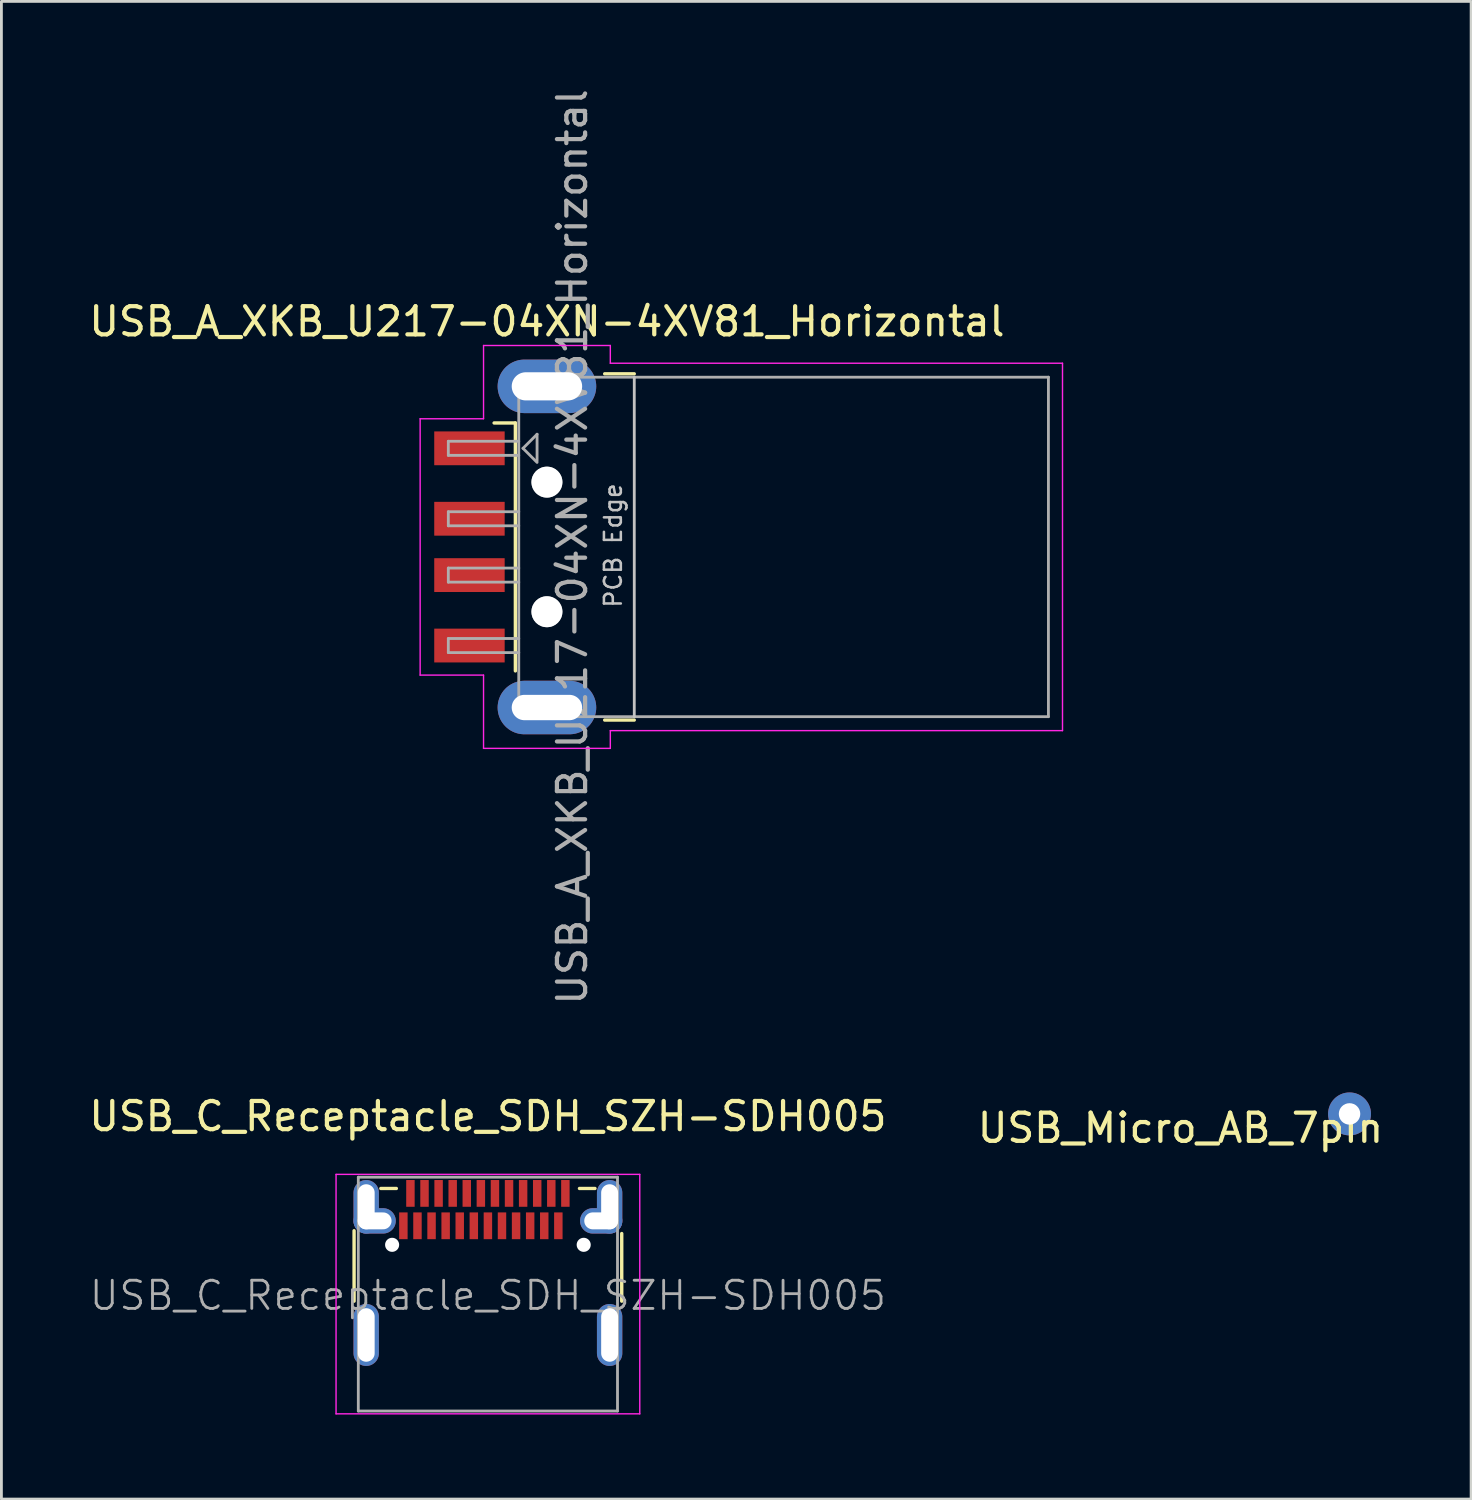
<source format=kicad_pcb>
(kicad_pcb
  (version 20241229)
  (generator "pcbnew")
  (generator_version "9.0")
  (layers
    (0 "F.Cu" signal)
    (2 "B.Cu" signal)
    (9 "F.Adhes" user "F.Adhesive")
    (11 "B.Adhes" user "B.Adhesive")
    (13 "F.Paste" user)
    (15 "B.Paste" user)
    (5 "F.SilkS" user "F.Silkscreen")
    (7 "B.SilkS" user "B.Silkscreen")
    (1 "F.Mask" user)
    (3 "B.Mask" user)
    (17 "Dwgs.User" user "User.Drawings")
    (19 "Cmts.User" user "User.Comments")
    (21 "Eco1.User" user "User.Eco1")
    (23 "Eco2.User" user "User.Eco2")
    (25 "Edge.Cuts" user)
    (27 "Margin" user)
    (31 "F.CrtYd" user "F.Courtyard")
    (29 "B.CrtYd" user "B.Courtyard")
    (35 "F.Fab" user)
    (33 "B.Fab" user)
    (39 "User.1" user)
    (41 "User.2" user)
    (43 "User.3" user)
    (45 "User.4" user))
  (footprint "USB_A_XKB_U217-04XN-4XV81_Horizontal"
    (layer "F.Cu")
    (at 23.263 16.363)
    (property "Reference" "USB_A_XKB_U217-04XN-4XV81_Horizontal" (at -6.9 -8 0) (layer "F.SilkS") (effects (font (size 1 1) (thickness 0.15))))
    (attr smd)
    (fp_line (start -8.02 -4.4) (end -8.775 -4.4) (stroke (width 0.12) (type solid)) (layer "F.SilkS"))
    (fp_line (start -8.02 -4.4) (end -8.02 4.4) (stroke (width 0.12) (type solid)) (layer "F.SilkS"))
    (fp_line (start -4.85 -6.145) (end -3.8 -6.145) (stroke (width 0.12) (type solid)) (layer "F.SilkS"))
    (fp_line (start -4.85 6.145) (end -3.8 6.145) (stroke (width 0.12) (type solid)) (layer "F.SilkS"))
    (fp_line (start -3.8 6.025) (end -3.8 -6.025) (stroke (width 0.1) (type solid)) (layer "Dwgs.User"))
    (fp_line (start -11.4 -4.55) (end -9.15 -4.55) (stroke (width 0.05) (type solid)) (layer "F.CrtYd"))
    (fp_line (start -11.4 4.55) (end -11.4 -4.55) (stroke (width 0.05) (type solid)) (layer "F.CrtYd"))
    (fp_line (start -11.4 4.55) (end -9.15 4.55) (stroke (width 0.05) (type solid)) (layer "F.CrtYd"))
    (fp_line (start -9.15 -7.15) (end -9.15 -4.55) (stroke (width 0.05) (type solid)) (layer "F.CrtYd"))
    (fp_line (start -9.15 -7.15) (end -4.65 -7.15) (stroke (width 0.05) (type solid)) (layer "F.CrtYd"))
    (fp_line (start -9.15 4.55) (end -9.15 7.15) (stroke (width 0.05) (type solid)) (layer "F.CrtYd"))
    (fp_line (start -9.15 7.15) (end -4.65 7.15) (stroke (width 0.05) (type solid)) (layer "F.CrtYd"))
    (fp_line (start -4.65 -6.52) (end -4.65 -7.15) (stroke (width 0.05) (type solid)) (layer "F.CrtYd"))
    (fp_line (start -4.65 -6.52) (end 11.4 -6.52) (stroke (width 0.05) (type solid)) (layer "F.CrtYd"))
    (fp_line (start -4.65 6.52) (end 11.4 6.52) (stroke (width 0.05) (type solid)) (layer "F.CrtYd"))
    (fp_line (start -4.65 7.15) (end -4.65 6.52) (stroke (width 0.05) (type solid)) (layer "F.CrtYd"))
    (fp_line (start 11.4 6.52) (end 11.4 -6.52) (stroke (width 0.05) (type solid)) (layer "F.CrtYd"))
    (fp_line (start -10.4 -3.75) (end -7.9 -3.75) (stroke (width 0.1) (type solid)) (layer "F.Fab"))
    (fp_line (start -10.4 -3.25) (end -10.4 -3.75) (stroke (width 0.1) (type solid)) (layer "F.Fab"))
    (fp_line (start -10.4 -3.25) (end -7.9 -3.25) (stroke (width 0.1) (type solid)) (layer "F.Fab"))
    (fp_line (start -10.4 -1.25) (end -7.9 -1.25) (stroke (width 0.1) (type solid)) (layer "F.Fab"))
    (fp_line (start -10.4 -0.75) (end -10.4 -1.25) (stroke (width 0.1) (type solid)) (layer "F.Fab"))
    (fp_line (start -10.4 -0.75) (end -7.9 -0.75) (stroke (width 0.1) (type solid)) (layer "F.Fab"))
    (fp_line (start -10.4 0.75) (end -7.9 0.75) (stroke (width 0.1) (type solid)) (layer "F.Fab"))
    (fp_line (start -10.4 1.25) (end -10.4 0.75) (stroke (width 0.1) (type solid)) (layer "F.Fab"))
    (fp_line (start -10.4 1.25) (end -7.9 1.25) (stroke (width 0.1) (type solid)) (layer "F.Fab"))
    (fp_line (start -10.4 3.25) (end -7.9 3.25) (stroke (width 0.1) (type solid)) (layer "F.Fab"))
    (fp_line (start -10.4 3.75) (end -10.4 3.25) (stroke (width 0.1) (type solid)) (layer "F.Fab"))
    (fp_line (start -10.4 3.75) (end -7.9 3.75) (stroke (width 0.1) (type solid)) (layer "F.Fab"))
    (fp_line (start -7.9 -6.025) (end 10.9 -6.025) (stroke (width 0.1) (type solid)) (layer "F.Fab"))
    (fp_line (start -7.9 6.025) (end -7.9 -6.025) (stroke (width 0.1) (type solid)) (layer "F.Fab"))
    (fp_line (start -7.9 6.025) (end 10.9 6.025) (stroke (width 0.1) (type solid)) (layer "F.Fab"))
    (fp_line (start -7.75 -3.5) (end -7.25 -4) (stroke (width 0.1) (type solid)) (layer "F.Fab"))
    (fp_line (start -7.75 -3.5) (end -7.25 -3) (stroke (width 0.1) (type solid)) (layer "F.Fab"))
    (fp_line (start -7.25 -4) (end -7.25 -3.05) (stroke (width 0.1) (type solid)) (layer "F.Fab"))
    (fp_line (start 10.9 6.025) (end 10.9 -6.025) (stroke (width 0.1) (type solid)) (layer "F.Fab"))
    (fp_circle (center -6.9 -2.3) (end -6.9 -2.8) (stroke (width 0.1) (type solid)) (fill no) (layer "F.Fab"))
    (fp_circle (center -6.9 2.3) (end -6.9 2.8) (stroke (width 0.1) (type solid)) (fill no) (layer "F.Fab"))
    (fp_text user "PCB Edge" (at -4.55 -0.05 90) (layer "Dwgs.User") (effects (font (size 0.6 0.6) (thickness 0.09))))
    (fp_text user "${REFERENCE}" (at -6 0 90) (layer "F.Fab") (effects (font (size 1 1) (thickness 0.15))))
    (pad "" np_thru_hole circle (at -6.9 -2.3) (size 1.1 1.1) (drill 1.1) (layers "*.Cu" "*.Mask"))
    (pad "" np_thru_hole circle (at -6.9 2.3) (size 1.1 1.1) (drill 1.1) (layers "*.Cu" "*.Mask"))
    (pad "1" smd rect (at -9.65 -3.5) (size 2.5 1.2) (layers "F.Cu" "F.Mask" "F.Paste"))
    (pad "2" smd rect (at -9.65 -1) (size 2.5 1.2) (layers "F.Cu" "F.Mask" "F.Paste"))
    (pad "3" smd rect (at -9.65 1) (size 2.5 1.2) (layers "F.Cu" "F.Mask" "F.Paste"))
    (pad "4" smd rect (at -9.65 3.5) (size 2.5 1.2) (layers "F.Cu" "F.Mask" "F.Paste"))
    (pad "5" thru_hole oval (at -6.9 -5.7) (size 3.5 1.9) (drill oval 2.5 1) (layers "*.Cu" "*.Mask"))
    (pad "5" thru_hole oval (at -6.9 5.7) (size 3.5 1.9) (drill oval 2.5 0.9) (layers "*.Cu" "*.Mask")))
  (footprint "USB_Micro_AB_7pin"
    (layer "F.Cu")
    (at 38.851 36.488)
    (property "Reference" "USB_Micro_AB_7pin" (at 0 0.5 0) (layer "F.SilkS") (effects (font (size 1 1) (thickness 0.15))))
    (attr through_hole)
    (pad "1" thru_hole circle (at 6 0) (size 1.524 1.524) (drill 0.762) (layers "*.Cu" "*.Mask")))
  (footprint "USB_C_Receptacle_SDH_SZH-SDH005"
    (layer "F.Cu")
    (at 14.268 42.934)
    (property "Reference" "USB_C_Receptacle_SDH_SZH-SDH005" (at 0 -6.36 0) (layer "F.SilkS") (effects (font (size 1 1) (thickness 0.15))))
    (attr smd)
    (fp_line (start -4.75 -2.3) (end -4.75 0.2) (stroke (width 0.12) (type solid)) (layer "F.SilkS"))
    (fp_line (start -3.8 -3.8) (end -3.25 -3.8) (stroke (width 0.12) (type solid)) (layer "F.SilkS"))
    (fp_line (start 3.25 -3.8) (end 3.8 -3.8) (stroke (width 0.12) (type solid)) (layer "F.SilkS"))
    (fp_line (start 4.75 -2.2) (end 4.75 0.2) (stroke (width 0.12) (type solid)) (layer "F.SilkS"))
    (fp_line (start -5.39 -4.3) (end 5.39 -4.3) (stroke (width 0.05) (type solid)) (layer "F.CrtYd"))
    (fp_line (start -5.39 4.2) (end -5.39 -4.3) (stroke (width 0.05) (type solid)) (layer "F.CrtYd"))
    (fp_line (start 5.39 -4.3) (end 5.39 4.2) (stroke (width 0.05) (type solid)) (layer "F.CrtYd"))
    (fp_line (start 5.39 4.2) (end -5.39 4.2) (stroke (width 0.05) (type solid)) (layer "F.CrtYd"))
    (fp_line (start -4.6 -4.2) (end 4.6 -4.2) (stroke (width 0.1) (type solid)) (layer "F.Fab"))
    (fp_line (start -4.6 4.1) (end -4.6 -4.2) (stroke (width 0.1) (type solid)) (layer "F.Fab"))
    (fp_line (start -4.6 4.1) (end 4.6 4.1) (stroke (width 0.1) (type solid)) (layer "F.Fab"))
    (fp_line (start 4.6 4.1) (end 4.6 -4.2) (stroke (width 0.1) (type solid)) (layer "F.Fab"))
    (fp_text user "${REFERENCE}" (at 0 0 0) (layer "F.Fab") (effects (font (size 1 1) (thickness 0.1))))
    (pad "" np_thru_hole circle (at -3.4 -1.8) (size 0.5 0.5) (drill 0.5) (layers "*.Cu" "*.Mask"))
    (pad "" np_thru_hole circle (at 3.4 -1.8) (size 0.5 0.5) (drill 0.5) (layers "*.Cu" "*.Mask"))
    (pad "A1" smd rect (at -2.75 -3.625) (size 0.3 0.95) (layers "F.Cu" "F.Mask" "F.Paste"))
    (pad "A2" smd rect (at -2.25 -3.625) (size 0.3 0.95) (layers "F.Cu" "F.Mask" "F.Paste"))
    (pad "A3" smd rect (at -1.75 -3.625) (size 0.3 0.95) (layers "F.Cu" "F.Mask" "F.Paste"))
    (pad "A4" smd rect (at -1.25 -3.625) (size 0.3 0.95) (layers "F.Cu" "F.Mask" "F.Paste"))
    (pad "A5" smd rect (at -0.75 -3.625) (size 0.3 0.95) (layers "F.Cu" "F.Mask" "F.Paste"))
    (pad "A6" smd rect (at -0.25 -3.625) (size 0.3 0.95) (layers "F.Cu" "F.Mask" "F.Paste"))
    (pad "A7" smd rect (at 0.25 -3.625) (size 0.3 0.95) (layers "F.Cu" "F.Mask" "F.Paste"))
    (pad "A8" smd rect (at 0.75 -3.625) (size 0.3 0.95) (layers "F.Cu" "F.Mask" "F.Paste"))
    (pad "A9" smd rect (at 1.25 -3.625) (size 0.3 0.95) (layers "F.Cu" "F.Mask" "F.Paste"))
    (pad "A10" smd rect (at 1.75 -3.625) (size 0.3 0.95) (layers "F.Cu" "F.Mask" "F.Paste"))
    (pad "A11" smd rect (at 2.25 -3.625) (size 0.3 0.95) (layers "F.Cu" "F.Mask" "F.Paste"))
    (pad "A12" smd rect (at 2.75 -3.625) (size 0.3 0.95) (layers "F.Cu" "F.Mask" "F.Paste"))
    (pad "B1" smd rect (at 2.5 -2.475) (size 0.3 0.95) (layers "F.Cu" "F.Mask" "F.Paste"))
    (pad "B2" smd rect (at 2 -2.475) (size 0.3 0.95) (layers "F.Cu" "F.Mask" "F.Paste"))
    (pad "B3" smd rect (at 1.5 -2.475) (size 0.3 0.95) (layers "F.Cu" "F.Mask" "F.Paste"))
    (pad "B4" smd rect (at 1 -2.475) (size 0.3 0.95) (layers "F.Cu" "F.Mask" "F.Paste"))
    (pad "B5" smd rect (at 0.5 -2.475) (size 0.3 0.95) (layers "F.Cu" "F.Mask" "F.Paste"))
    (pad "B6" smd rect (at 0 -2.475) (size 0.3 0.95) (layers "F.Cu" "F.Mask" "F.Paste"))
    (pad "B7" smd rect (at -0.5 -2.475) (size 0.3 0.95) (layers "F.Cu" "F.Mask" "F.Paste"))
    (pad "B8" smd rect (at -1 -2.475) (size 0.3 0.95) (layers "F.Cu" "F.Mask" "F.Paste"))
    (pad "B9" smd rect (at -1.5 -2.475) (size 0.3 0.95) (layers "F.Cu" "F.Mask" "F.Paste"))
    (pad "B10" smd rect (at -2 -2.475) (size 0.3 0.95) (layers "F.Cu" "F.Mask" "F.Paste"))
    (pad "B11" smd rect (at -2.5 -2.475) (size 0.3 0.95) (layers "F.Cu" "F.Mask" "F.Paste"))
    (pad "B12" smd rect (at -3 -2.475) (size 0.3 0.95) (layers "F.Cu" "F.Mask" "F.Paste"))
    (pad "S1" thru_hole oval (at -4.32 -3.15) (size 0.9 1.9) (drill oval 0.6 1.6) (layers "*.Cu" "*.Mask"))
    (pad "S1" thru_hole oval (at -4.32 1.4) (size 0.9 2.2) (drill oval 0.6 1.9) (layers "*.Cu" "*.Mask"))
    (pad "S1" thru_hole oval (at -4.02 -2.65) (size 1.5 0.9) (drill oval 1.2 0.6) (layers "*.Cu" "*.Mask"))
    (pad "S1" thru_hole oval (at 4.02 -2.65) (size 1.5 0.9) (drill oval 1.2 0.6) (layers "*.Cu" "*.Mask"))
    (pad "S1" thru_hole oval (at 4.32 -3.15) (size 0.9 1.9) (drill oval 0.6 1.6) (layers "*.Cu" "*.Mask"))
    (pad "S1" thru_hole oval (at 4.32 1.4) (size 0.9 2.2) (drill oval 0.6 1.9) (layers "*.Cu" "*.Mask")))
  (gr_rect
    (start -3 -3)
    (end 49.167 50.159)
    (stroke (width 0.1) (type default))
    (fill no)
    (layer "Edge.Cuts")))
</source>
